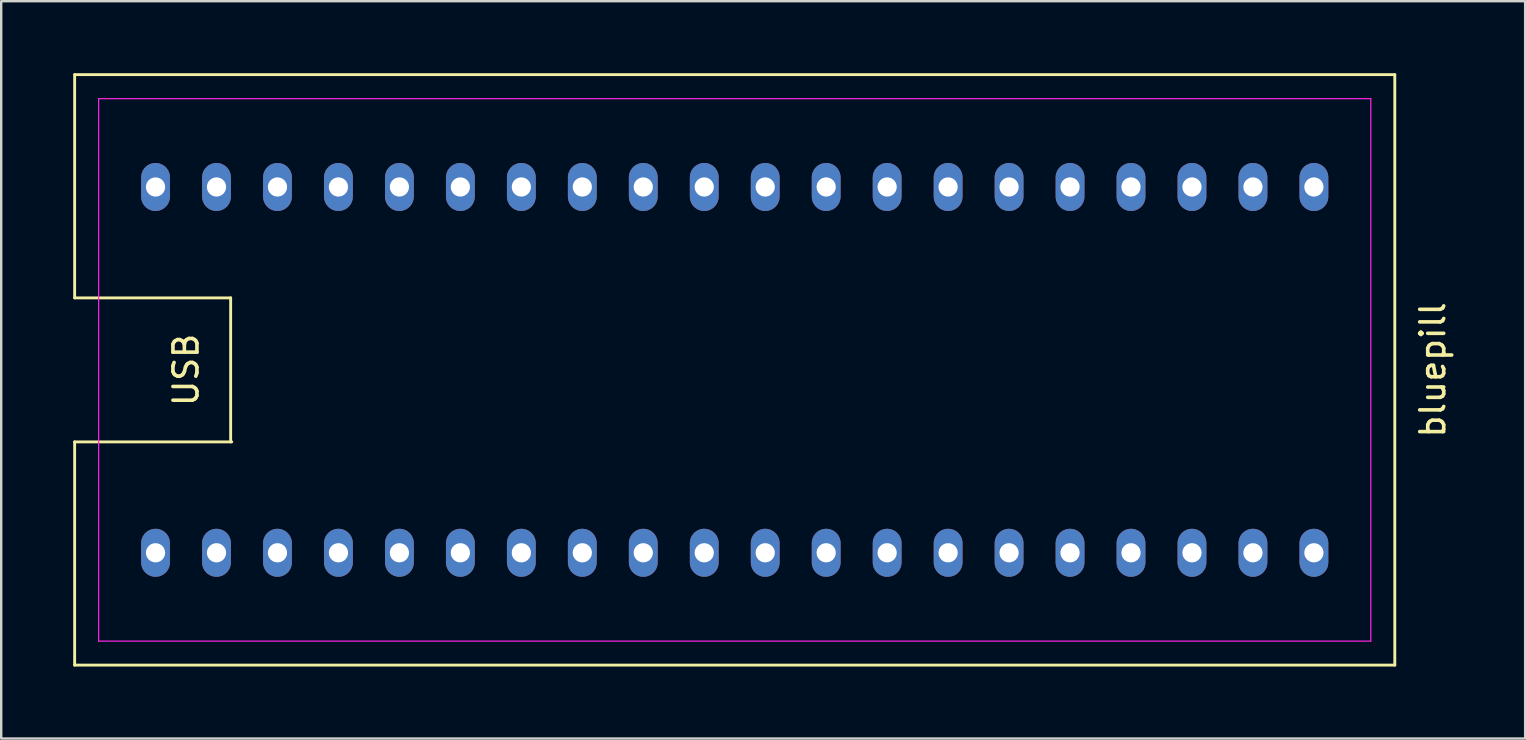
<source format=kicad_pcb>
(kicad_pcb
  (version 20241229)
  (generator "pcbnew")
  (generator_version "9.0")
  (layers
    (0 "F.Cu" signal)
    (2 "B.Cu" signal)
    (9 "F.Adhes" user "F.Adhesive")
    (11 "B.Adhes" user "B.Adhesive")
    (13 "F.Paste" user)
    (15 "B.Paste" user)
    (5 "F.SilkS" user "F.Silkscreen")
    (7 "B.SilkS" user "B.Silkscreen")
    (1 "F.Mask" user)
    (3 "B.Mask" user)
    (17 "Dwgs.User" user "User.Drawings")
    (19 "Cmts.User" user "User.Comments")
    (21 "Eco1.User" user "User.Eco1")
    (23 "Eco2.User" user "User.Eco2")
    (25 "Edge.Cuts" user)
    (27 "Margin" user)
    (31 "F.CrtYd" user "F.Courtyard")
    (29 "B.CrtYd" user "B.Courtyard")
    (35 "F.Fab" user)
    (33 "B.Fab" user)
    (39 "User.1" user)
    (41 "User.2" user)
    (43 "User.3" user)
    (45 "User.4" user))
  (footprint "bluepill"
    (layer "F.Cu")
    (at 27.56 12.36)
    (property "Reference" "bluepill" (at 29.083 0 270) (layer "F.SilkS") (effects (font (size 1 1) (thickness 0.15))))
    (attr through_hole)
    (fp_line (start -27.5 -12.3) (end -27.5 -3) (stroke (width 0.12) (type solid)) (layer "F.SilkS"))
    (fp_line (start -27.5 -3) (end -21 -3) (stroke (width 0.12) (type solid)) (layer "F.SilkS"))
    (fp_line (start -27.5 3) (end -27.5 12.3) (stroke (width 0.12) (type solid)) (layer "F.SilkS"))
    (fp_line (start -27.5 12.3) (end 27.5 12.3) (stroke (width 0.12) (type solid)) (layer "F.SilkS"))
    (fp_line (start -21 -3) (end -21 3) (stroke (width 0.12) (type solid)) (layer "F.SilkS"))
    (fp_line (start -20.955 3) (end -27.5 3) (stroke (width 0.12) (type solid)) (layer "F.SilkS"))
    (fp_line (start 27.5 -12.3) (end -27.5 -12.3) (stroke (width 0.12) (type solid)) (layer "F.SilkS"))
    (fp_line (start 27.5 12.3) (end 27.5 -12.3) (stroke (width 0.12) (type solid)) (layer "F.SilkS"))
    (fp_line (start -26.5 11.3) (end -26.5 -11.3) (stroke (width 0.05) (type solid)) (layer "F.CrtYd"))
    (fp_line (start 26.5 -11.3) (end -26.5 -11.3) (stroke (width 0.05) (type solid)) (layer "F.CrtYd"))
    (fp_line (start 26.5 11.3) (end -26.5 11.3) (stroke (width 0.05) (type solid)) (layer "F.CrtYd"))
    (fp_line (start 26.5 11.3) (end 26.5 -11.3) (stroke (width 0.05) (type solid)) (layer "F.CrtYd"))
    (fp_text user "USB" (at -22.86 0 90) (layer "F.SilkS") (effects (font (size 1 1) (thickness 0.15))))
    (pad "1" thru_hole oval (at -24.13 7.62) (size 1.2 2) (drill 0.8) (layers "*.Cu" "*.Mask"))
    (pad "2" thru_hole oval (at -21.59 7.62) (size 1.2 2) (drill 0.8) (layers "*.Cu" "*.Mask"))
    (pad "3" thru_hole oval (at -19.05 7.62) (size 1.2 2) (drill 0.8) (layers "*.Cu" "*.Mask"))
    (pad "4" thru_hole oval (at -16.51 7.62) (size 1.2 2) (drill 0.8) (layers "*.Cu" "*.Mask"))
    (pad "5" thru_hole oval (at -13.97 7.62) (size 1.2 2) (drill 0.8) (layers "*.Cu" "*.Mask"))
    (pad "6" thru_hole oval (at -11.43 7.62) (size 1.2 2) (drill 0.8) (layers "*.Cu" "*.Mask"))
    (pad "7" thru_hole oval (at -8.89 7.62) (size 1.2 2) (drill 0.8) (layers "*.Cu" "*.Mask"))
    (pad "8" thru_hole oval (at -6.35 7.62) (size 1.2 2) (drill 0.8) (layers "*.Cu" "*.Mask"))
    (pad "9" thru_hole oval (at -3.81 7.62) (size 1.2 2) (drill 0.8) (layers "*.Cu" "*.Mask"))
    (pad "10" thru_hole oval (at -1.27 7.62) (size 1.2 2) (drill 0.8) (layers "*.Cu" "*.Mask"))
    (pad "11" thru_hole oval (at 1.27 7.62) (size 1.2 2) (drill 0.8) (layers "*.Cu" "*.Mask"))
    (pad "12" thru_hole oval (at 3.81 7.62) (size 1.2 2) (drill 0.8) (layers "*.Cu" "*.Mask"))
    (pad "13" thru_hole oval (at 6.35 7.62) (size 1.2 2) (drill 0.8) (layers "*.Cu" "*.Mask"))
    (pad "14" thru_hole oval (at 8.89 7.62) (size 1.2 2) (drill 0.8) (layers "*.Cu" "*.Mask"))
    (pad "15" thru_hole oval (at 11.43 7.62) (size 1.2 2) (drill 0.8) (layers "*.Cu" "*.Mask"))
    (pad "16" thru_hole oval (at 13.97 7.62) (size 1.2 2) (drill 0.8) (layers "*.Cu" "*.Mask"))
    (pad "17" thru_hole oval (at 16.51 7.62) (size 1.2 2) (drill 0.8) (layers "*.Cu" "*.Mask"))
    (pad "18" thru_hole oval (at 19.05 7.62) (size 1.2 2) (drill 0.8) (layers "*.Cu" "*.Mask"))
    (pad "19" thru_hole oval (at 21.59 7.62) (size 1.2 2) (drill 0.8) (layers "*.Cu" "*.Mask"))
    (pad "20" thru_hole oval (at 24.13 7.62) (size 1.2 2) (drill 0.8) (layers "*.Cu" "*.Mask"))
    (pad "21" thru_hole oval (at 24.13 -7.62) (size 1.2 2) (drill 0.8) (layers "*.Cu" "*.Mask"))
    (pad "22" thru_hole oval (at 21.59 -7.62) (size 1.2 2) (drill 0.8) (layers "*.Cu" "*.Mask"))
    (pad "23" thru_hole oval (at 19.05 -7.62) (size 1.2 2) (drill 0.8) (layers "*.Cu" "*.Mask"))
    (pad "24" thru_hole oval (at 16.51 -7.62) (size 1.2 2) (drill 0.8) (layers "*.Cu" "*.Mask"))
    (pad "25" thru_hole oval (at 13.97 -7.62) (size 1.2 2) (drill 0.8) (layers "*.Cu" "*.Mask"))
    (pad "26" thru_hole oval (at 11.43 -7.62) (size 1.2 2) (drill 0.8) (layers "*.Cu" "*.Mask"))
    (pad "27" thru_hole oval (at 8.89 -7.62) (size 1.2 2) (drill 0.8) (layers "*.Cu" "*.Mask"))
    (pad "28" thru_hole oval (at 6.35 -7.62) (size 1.2 2) (drill 0.8) (layers "*.Cu" "*.Mask"))
    (pad "29" thru_hole oval (at 3.81 -7.62) (size 1.2 2) (drill 0.8) (layers "*.Cu" "*.Mask"))
    (pad "30" thru_hole oval (at 1.27 -7.62) (size 1.2 2) (drill 0.8) (layers "*.Cu" "*.Mask"))
    (pad "31" thru_hole oval (at -1.27 -7.62) (size 1.2 2) (drill 0.8) (layers "*.Cu" "*.Mask"))
    (pad "32" thru_hole oval (at -3.81 -7.62) (size 1.2 2) (drill 0.8) (layers "*.Cu" "*.Mask"))
    (pad "33" thru_hole oval (at -6.35 -7.62) (size 1.2 2) (drill 0.8) (layers "*.Cu" "*.Mask"))
    (pad "34" thru_hole oval (at -8.89 -7.62) (size 1.2 2) (drill 0.8) (layers "*.Cu" "*.Mask"))
    (pad "35" thru_hole oval (at -11.43 -7.62) (size 1.2 2) (drill 0.8) (layers "*.Cu" "*.Mask"))
    (pad "36" thru_hole oval (at -13.97 -7.62) (size 1.2 2) (drill 0.8) (layers "*.Cu" "*.Mask"))
    (pad "37" thru_hole oval (at -16.51 -7.62) (size 1.2 2) (drill 0.8) (layers "*.Cu" "*.Mask"))
    (pad "38" thru_hole oval (at -19.05 -7.62) (size 1.2 2) (drill 0.8) (layers "*.Cu" "*.Mask"))
    (pad "39" thru_hole oval (at -21.59 -7.62) (size 1.2 2) (drill 0.8) (layers "*.Cu" "*.Mask"))
    (pad "40" thru_hole oval (at -24.13 -7.62) (size 1.2 2) (drill 0.8) (layers "*.Cu" "*.Mask")))
  (gr_rect
    (start -3 -3)
    (end 60.491 27.72)
    (stroke (width 0.1) (type default))
    (fill no)
    (layer "Edge.Cuts")))
</source>
